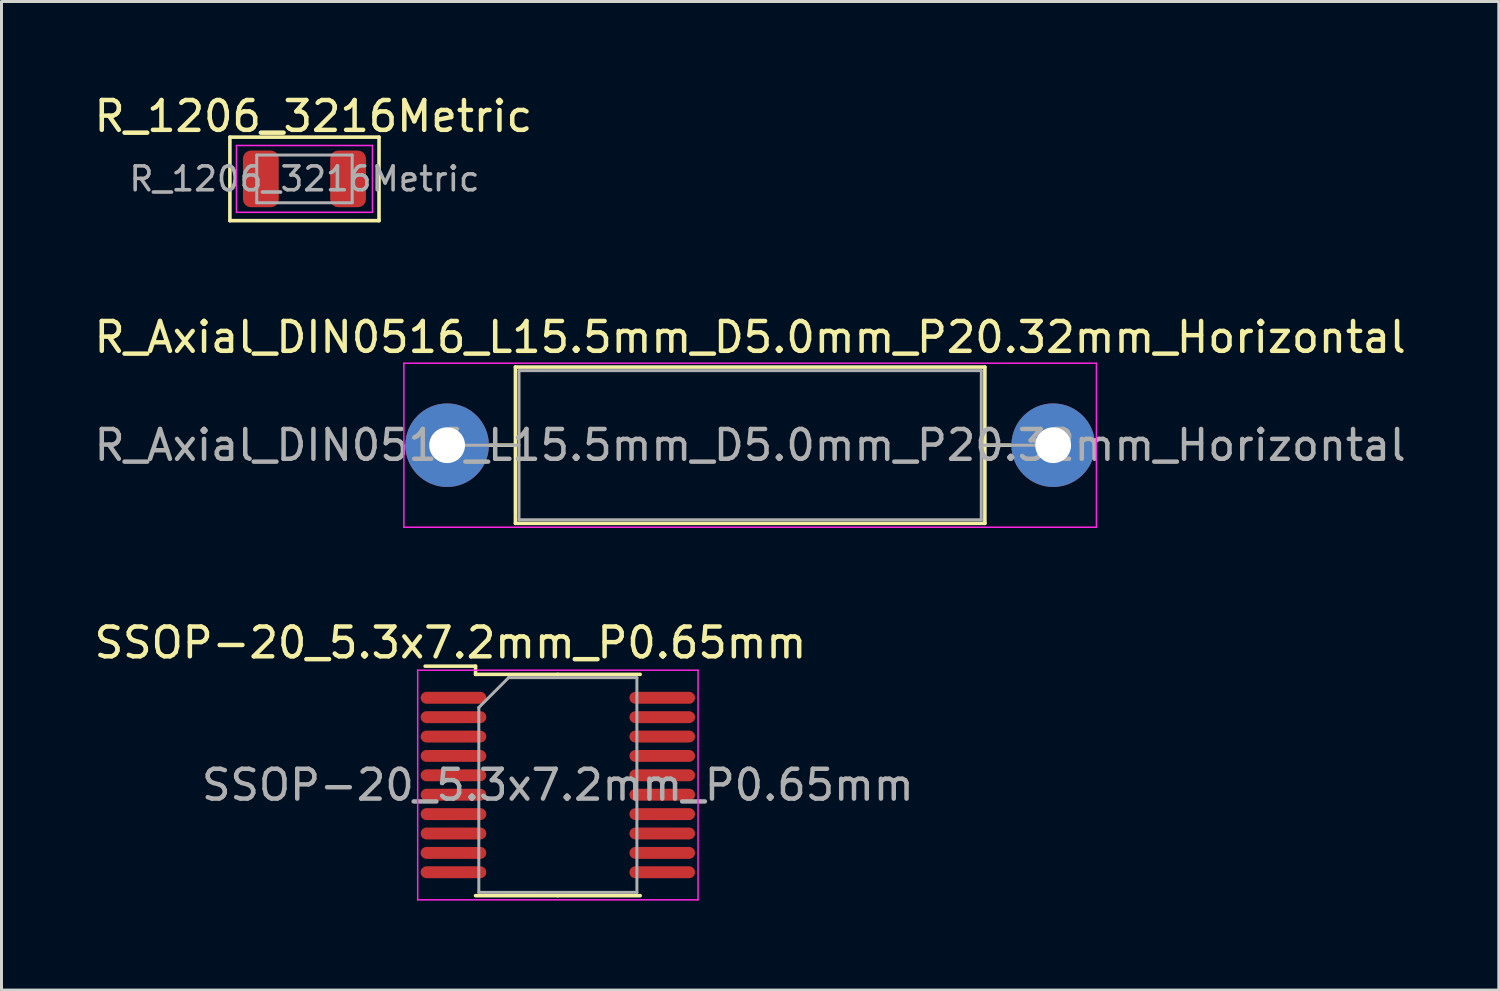
<source format=kicad_pcb>
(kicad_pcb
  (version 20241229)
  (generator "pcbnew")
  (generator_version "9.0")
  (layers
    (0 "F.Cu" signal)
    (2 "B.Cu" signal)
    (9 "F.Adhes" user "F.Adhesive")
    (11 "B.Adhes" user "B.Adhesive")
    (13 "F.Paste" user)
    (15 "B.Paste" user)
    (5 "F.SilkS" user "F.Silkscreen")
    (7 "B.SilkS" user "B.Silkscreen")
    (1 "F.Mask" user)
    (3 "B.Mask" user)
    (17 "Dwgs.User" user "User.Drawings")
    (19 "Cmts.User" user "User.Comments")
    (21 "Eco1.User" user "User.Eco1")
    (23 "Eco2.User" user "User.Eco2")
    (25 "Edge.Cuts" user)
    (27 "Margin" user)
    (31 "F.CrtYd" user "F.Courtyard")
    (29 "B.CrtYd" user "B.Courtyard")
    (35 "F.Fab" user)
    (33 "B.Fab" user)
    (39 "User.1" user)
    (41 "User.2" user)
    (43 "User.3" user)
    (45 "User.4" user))
  (footprint "R_Axial_DIN0516_L15.5mm_D5.0mm_P20.32mm_Horizontal"
    (layer "F.Cu")
    (at 11.941 11.877)
    (property "Reference" "R_Axial_DIN0516_L15.5mm_D5.0mm_P20.32mm_Horizontal" (at 10.16 -3.62 0) (layer "F.SilkS") (effects (font (size 1 1) (thickness 0.15))))
    (attr through_hole)
    (fp_line (start 1.44 0) (end 2.29 0) (stroke (width 0.12) (type solid)) (layer "F.SilkS"))
    (fp_line (start 2.29 -2.62) (end 2.29 2.62) (stroke (width 0.12) (type solid)) (layer "F.SilkS"))
    (fp_line (start 2.29 2.62) (end 18.03 2.62) (stroke (width 0.12) (type solid)) (layer "F.SilkS"))
    (fp_line (start 18.03 -2.62) (end 2.29 -2.62) (stroke (width 0.12) (type solid)) (layer "F.SilkS"))
    (fp_line (start 18.03 2.62) (end 18.03 -2.62) (stroke (width 0.12) (type solid)) (layer "F.SilkS"))
    (fp_line (start 18.88 0) (end 18.03 0) (stroke (width 0.12) (type solid)) (layer "F.SilkS"))
    (fp_line (start -1.45 -2.75) (end -1.45 2.75) (stroke (width 0.05) (type solid)) (layer "F.CrtYd"))
    (fp_line (start -1.45 2.75) (end 21.77 2.75) (stroke (width 0.05) (type solid)) (layer "F.CrtYd"))
    (fp_line (start 21.77 -2.75) (end -1.45 -2.75) (stroke (width 0.05) (type solid)) (layer "F.CrtYd"))
    (fp_line (start 21.77 2.75) (end 21.77 -2.75) (stroke (width 0.05) (type solid)) (layer "F.CrtYd"))
    (fp_line (start 0 0) (end 2.41 0) (stroke (width 0.1) (type solid)) (layer "F.Fab"))
    (fp_line (start 2.41 -2.5) (end 2.41 2.5) (stroke (width 0.1) (type solid)) (layer "F.Fab"))
    (fp_line (start 2.41 2.5) (end 17.91 2.5) (stroke (width 0.1) (type solid)) (layer "F.Fab"))
    (fp_line (start 17.91 -2.5) (end 2.41 -2.5) (stroke (width 0.1) (type solid)) (layer "F.Fab"))
    (fp_line (start 17.91 2.5) (end 17.91 -2.5) (stroke (width 0.1) (type solid)) (layer "F.Fab"))
    (fp_line (start 20.32 0) (end 17.91 0) (stroke (width 0.1) (type solid)) (layer "F.Fab"))
    (fp_text user "${REFERENCE}" (at 10.16 0 0) (layer "F.Fab") (effects (font (size 1 1) (thickness 0.15))))
    (pad "1" thru_hole circle (at 0 0) (size 2.8 2.8) (drill 1.2) (layers "*.Cu" "*.Mask"))
    (pad "2" thru_hole oval (at 20.32 0) (size 2.8 2.8) (drill 1.2) (layers "*.Cu" "*.Mask")))
  (footprint "R_1206_3216Metric"
    (layer "F.Cu")
    (at 7.158 2.948)
    (property "Reference" "R_1206_3216Metric" (at 0.3 -2.1 0) (layer "F.SilkS") (effects (font (size 1 1) (thickness 0.15))))
    (attr smd)
    (fp_line (start -2.5 -1.4) (end 2.5 -1.4) (stroke (width 0.12) (type solid)) (layer "F.SilkS"))
    (fp_line (start -2.5 1.4) (end -2.5 -1.4) (stroke (width 0.12) (type solid)) (layer "F.SilkS"))
    (fp_line (start 2.5 -1.4) (end 2.5 1.4) (stroke (width 0.12) (type solid)) (layer "F.SilkS"))
    (fp_line (start 2.5 1.4) (end -2.5 1.4) (stroke (width 0.12) (type solid)) (layer "F.SilkS"))
    (fp_line (start -2.28 -1.12) (end 2.28 -1.12) (stroke (width 0.05) (type solid)) (layer "F.CrtYd"))
    (fp_line (start -2.28 1.12) (end -2.28 -1.12) (stroke (width 0.05) (type solid)) (layer "F.CrtYd"))
    (fp_line (start 2.28 -1.12) (end 2.28 1.12) (stroke (width 0.05) (type solid)) (layer "F.CrtYd"))
    (fp_line (start 2.28 1.12) (end -2.28 1.12) (stroke (width 0.05) (type solid)) (layer "F.CrtYd"))
    (fp_line (start -1.6 -0.8) (end 1.6 -0.8) (stroke (width 0.1) (type solid)) (layer "F.Fab"))
    (fp_line (start -1.6 0.8) (end -1.6 -0.8) (stroke (width 0.1) (type solid)) (layer "F.Fab"))
    (fp_line (start 1.6 -0.8) (end 1.6 0.8) (stroke (width 0.1) (type solid)) (layer "F.Fab"))
    (fp_line (start 1.6 0.8) (end -1.6 0.8) (stroke (width 0.1) (type solid)) (layer "F.Fab"))
    (fp_text user "${REFERENCE}" (at 0 0 0) (layer "F.Fab") (effects (font (size 0.8 0.8) (thickness 0.12))))
    (pad "1" smd roundrect (at -1.462 0) (size 1.2 1.9) (layers "F.Cu" "F.Mask" "F.Paste") (roundrect_rratio 0.222))
    (pad "2" smd roundrect (at 1.462 0) (size 1.2 1.9) (layers "F.Cu" "F.Mask" "F.Paste") (roundrect_rratio 0.222)))
  (footprint "SSOP-20_5.3x7.2mm_P0.65mm"
    (layer "F.Cu")
    (at 15.654 23.27)
    (property "Reference" "SSOP-20_5.3x7.2mm_P0.65mm" (at -3.6 -4.77 180) (layer "F.SilkS") (effects (font (size 1 1) (thickness 0.15))))
    (attr smd)
    (fp_line (start -2.76 -3.985) (end -4.45 -3.985) (stroke (width 0.12) (type solid)) (layer "F.SilkS"))
    (fp_line (start -2.76 -3.985) (end -2.76 -3.71) (stroke (width 0.12) (type solid)) (layer "F.SilkS"))
    (fp_line (start 0 -3.71) (end -2.76 -3.71) (stroke (width 0.12) (type solid)) (layer "F.SilkS"))
    (fp_line (start 0 -3.71) (end 2.76 -3.71) (stroke (width 0.12) (type solid)) (layer "F.SilkS"))
    (fp_line (start 0 3.71) (end -2.76 3.71) (stroke (width 0.12) (type solid)) (layer "F.SilkS"))
    (fp_line (start 0 3.71) (end 2.76 3.71) (stroke (width 0.12) (type solid)) (layer "F.SilkS"))
    (fp_line (start -4.7 -3.85) (end -4.7 3.85) (stroke (width 0.05) (type solid)) (layer "F.CrtYd"))
    (fp_line (start -4.7 3.85) (end 4.7 3.85) (stroke (width 0.05) (type solid)) (layer "F.CrtYd"))
    (fp_line (start 4.7 -3.85) (end -4.7 -3.85) (stroke (width 0.05) (type solid)) (layer "F.CrtYd"))
    (fp_line (start 4.7 3.85) (end 4.7 -3.85) (stroke (width 0.05) (type solid)) (layer "F.CrtYd"))
    (fp_line (start -2.65 -2.6) (end -1.65 -3.6) (stroke (width 0.1) (type solid)) (layer "F.Fab"))
    (fp_line (start -2.65 3.6) (end -2.65 -2.6) (stroke (width 0.1) (type solid)) (layer "F.Fab"))
    (fp_line (start -1.65 -3.6) (end 2.65 -3.6) (stroke (width 0.1) (type solid)) (layer "F.Fab"))
    (fp_line (start 2.65 -3.6) (end 2.65 3.6) (stroke (width 0.1) (type solid)) (layer "F.Fab"))
    (fp_line (start 2.65 3.6) (end -2.65 3.6) (stroke (width 0.1) (type solid)) (layer "F.Fab"))
    (fp_text user "${REFERENCE}" (at 0 0 180) (layer "F.Fab") (effects (font (size 1 1) (thickness 0.15))))
    (pad "1" smd oval (at -3.5 -2.925) (size 2.2 0.4) (layers "F.Cu" "F.Mask" "F.Paste"))
    (pad "2" smd oval (at -3.5 -2.275) (size 2.2 0.4) (layers "F.Cu" "F.Mask" "F.Paste"))
    (pad "3" smd oval (at -3.5 -1.625) (size 2.2 0.4) (layers "F.Cu" "F.Mask" "F.Paste"))
    (pad "4" smd oval (at -3.5 -0.975) (size 2.2 0.4) (layers "F.Cu" "F.Mask" "F.Paste"))
    (pad "5" smd oval (at -3.5 -0.325) (size 2.2 0.4) (layers "F.Cu" "F.Mask" "F.Paste"))
    (pad "6" smd oval (at -3.5 0.325) (size 2.2 0.4) (layers "F.Cu" "F.Mask" "F.Paste"))
    (pad "7" smd oval (at -3.5 0.975) (size 2.2 0.4) (layers "F.Cu" "F.Mask" "F.Paste"))
    (pad "8" smd oval (at -3.5 1.625) (size 2.2 0.4) (layers "F.Cu" "F.Mask" "F.Paste"))
    (pad "9" smd oval (at -3.5 2.275) (size 2.2 0.4) (layers "F.Cu" "F.Mask" "F.Paste"))
    (pad "10" smd oval (at -3.5 2.925) (size 2.2 0.4) (layers "F.Cu" "F.Mask" "F.Paste"))
    (pad "11" smd oval (at 3.5 2.925) (size 2.2 0.4) (layers "F.Cu" "F.Mask" "F.Paste"))
    (pad "12" smd oval (at 3.5 2.275) (size 2.2 0.4) (layers "F.Cu" "F.Mask" "F.Paste"))
    (pad "13" smd oval (at 3.5 1.625) (size 2.2 0.4) (layers "F.Cu" "F.Mask" "F.Paste"))
    (pad "14" smd oval (at 3.5 0.975) (size 2.2 0.4) (layers "F.Cu" "F.Mask" "F.Paste"))
    (pad "15" smd oval (at 3.5 0.325) (size 2.2 0.4) (layers "F.Cu" "F.Mask" "F.Paste"))
    (pad "16" smd oval (at 3.5 -0.325) (size 2.2 0.4) (layers "F.Cu" "F.Mask" "F.Paste"))
    (pad "17" smd oval (at 3.5 -0.975) (size 2.2 0.4) (layers "F.Cu" "F.Mask" "F.Paste"))
    (pad "18" smd oval (at 3.5 -1.625) (size 2.2 0.4) (layers "F.Cu" "F.Mask" "F.Paste"))
    (pad "19" smd oval (at 3.5 -2.275) (size 2.2 0.4) (layers "F.Cu" "F.Mask" "F.Paste"))
    (pad "20" smd oval (at 3.5 -2.925) (size 2.2 0.4) (layers "F.Cu" "F.Mask" "F.Paste")))
  (gr_rect
    (start -3 -3)
    (end 47.202 30.145)
    (stroke (width 0.1) (type default))
    (fill no)
    (layer "Edge.Cuts")))
</source>
